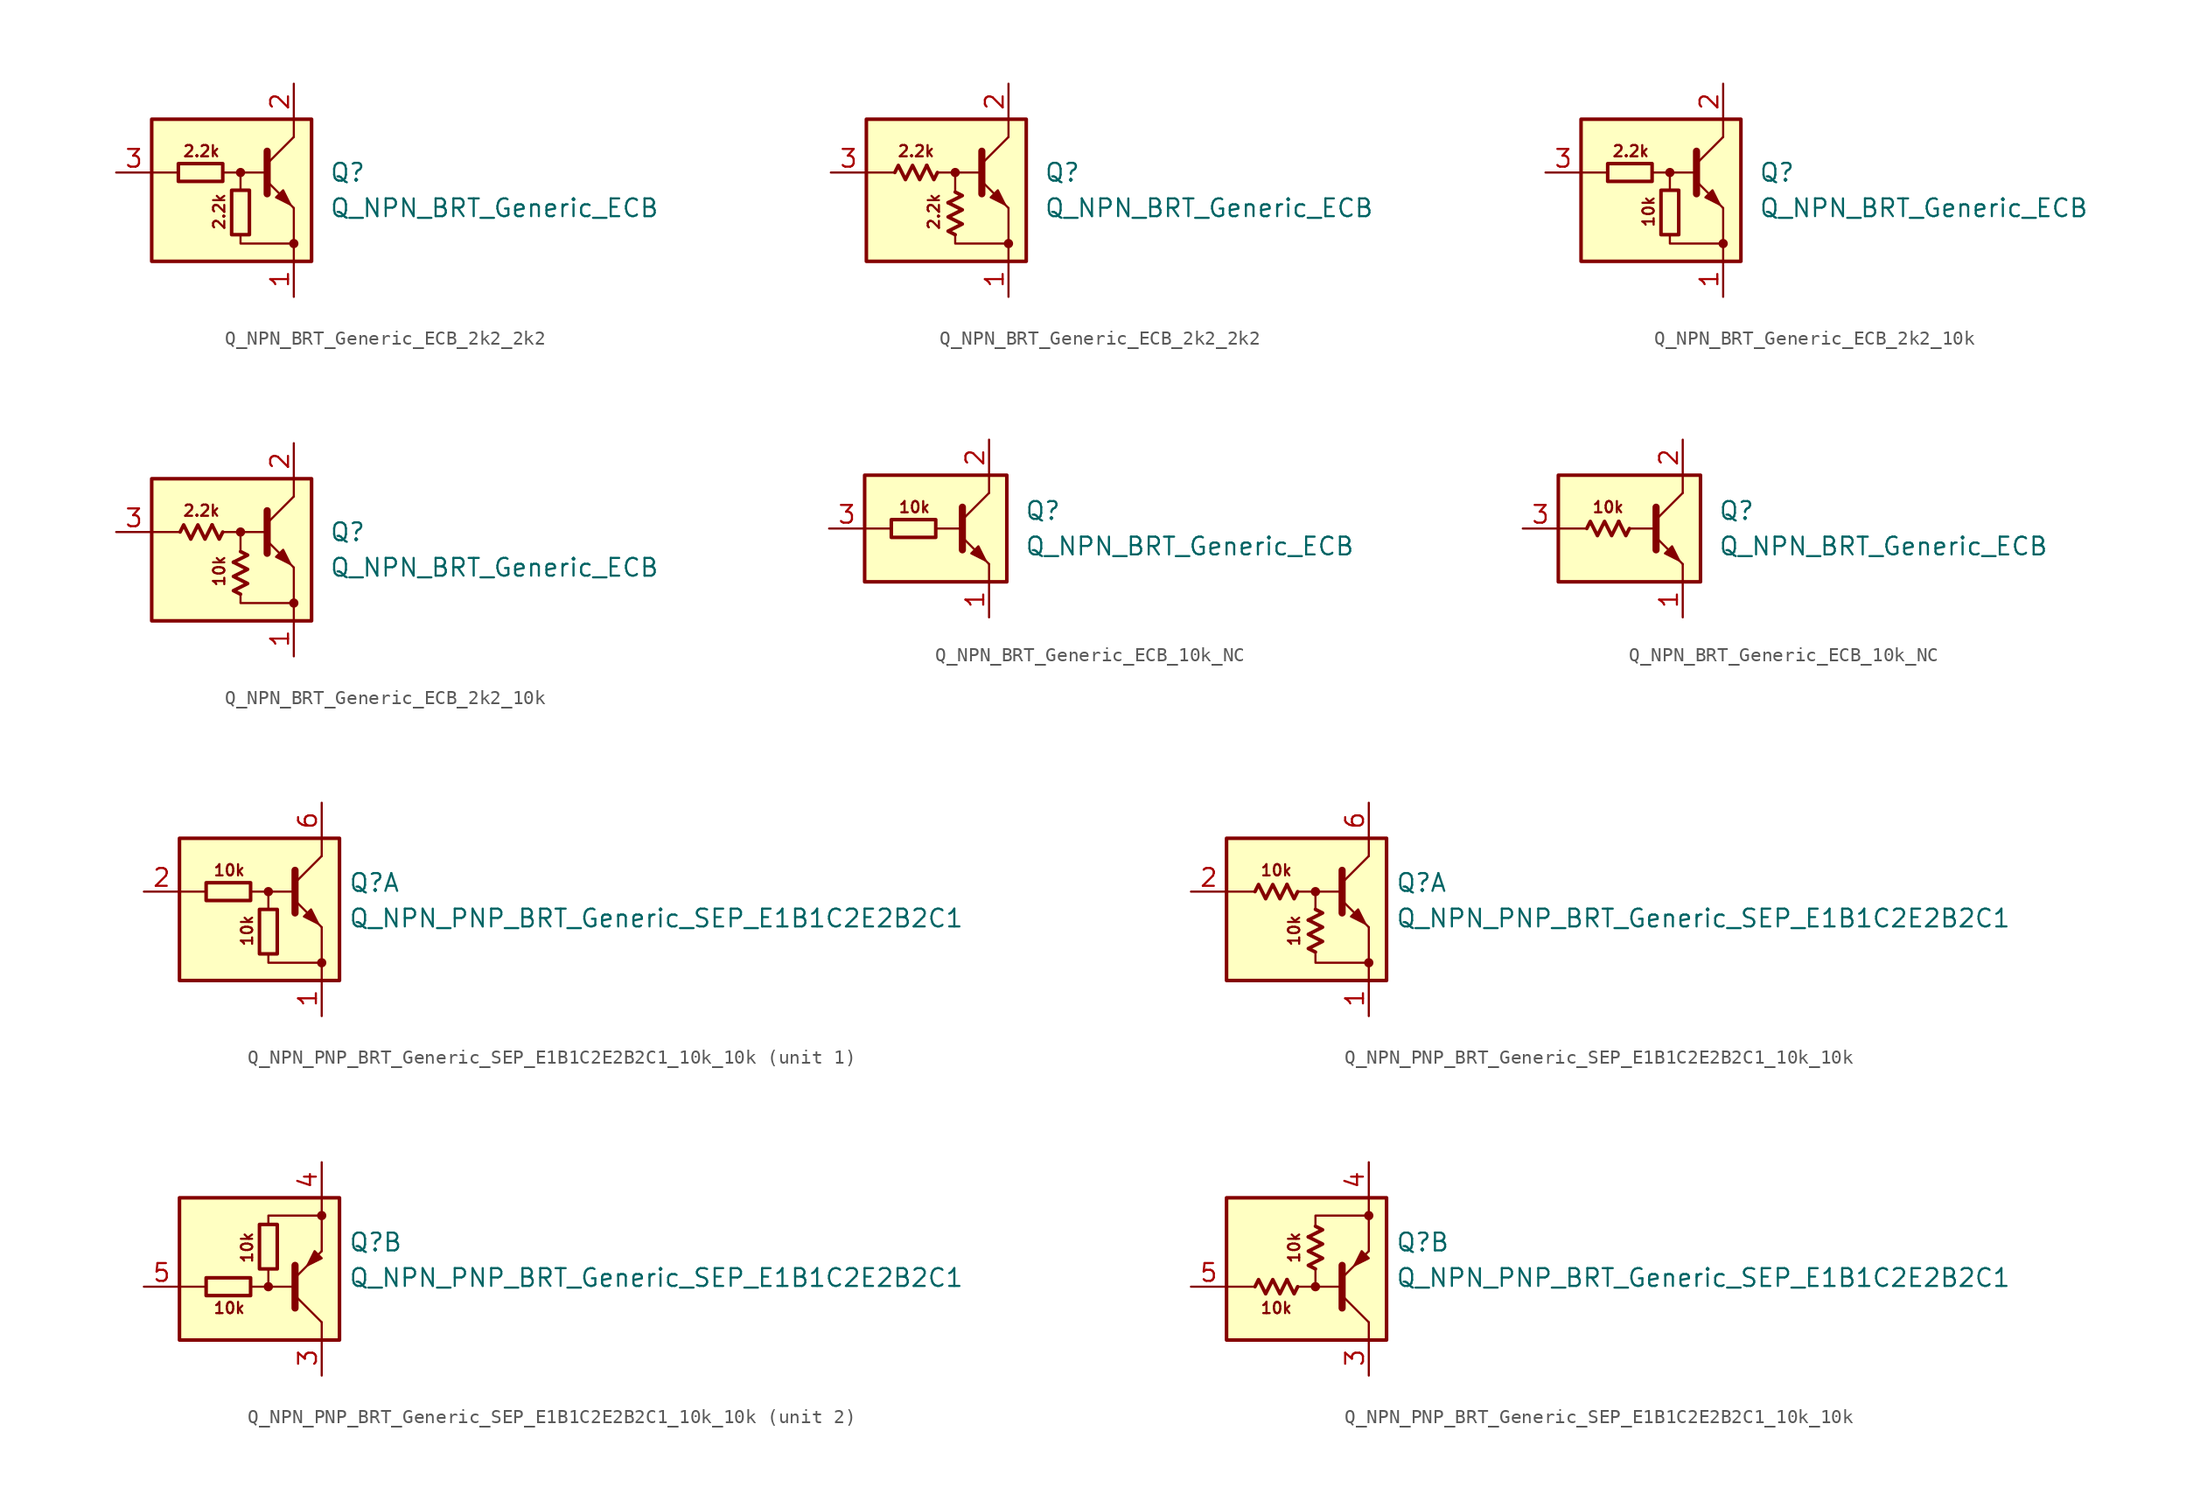
<source format=kicad_sym>
(kicad_symbol_lib
  (version 20220914)
  (generator kicad_symbol_editor)
  (symbol "Q_NPN_BRT_Generic_ECB_2k2_2k2"
    (pin_names hide)
    (property "Reference" "Q"
      (at 6.35 1.27 0)
      (effects (font (size 1.27 1.27)) (justify left)))
    (property "Value" "Q_NPN_BRT_Generic_ECB"
      (at 6.35 -1.27 0)
      (effects (font (size 1.27 1.27)) (justify left)))
    (symbol "Q_NPN_BRT_Generic_ECB_2k2_2k2_0_1"
      (rectangle (start -4.445 1.905) (end -1.27 0.635) (stroke (width 0.254) (type default)) (fill (type none)))
      (rectangle (start -0.635 0) (end 0.635 -3.175) (stroke (width 0.254) (type default)) (fill (type none))))
    (symbol "Q_NPN_BRT_Generic_ECB_2k2_2k2_0_2"
      (polyline (pts (xy -2.032 1.778) (xy -1.524 0.762) (xy -1.27 1.27)) (stroke (width 0.254) (type default)) (fill (type none)))
      (polyline (pts (xy -0.508 -0.889) (xy 0.508 -0.381) (xy 0 -0.127)) (stroke (width 0.254) (type default)) (fill (type none)))
      (polyline (pts (xy -4.318 1.27) (xy -4.064 1.778) (xy -3.556 0.762) (xy -3.048 1.778) (xy -2.54 0.762) (xy -2.032 1.778)) (stroke (width 0.254) (type default)) (fill (type none)))
      (polyline (pts (xy 0 -3.175) (xy -0.508 -2.921) (xy 0.508 -2.413) (xy -0.508 -1.905) (xy 0.508 -1.397) (xy -0.508 -0.889)) (stroke (width 0.254) (type default)) (fill (type none))))
    (symbol "Q_NPN_BRT_Generic_ECB_2k2_2k2_1_0"
      (rectangle (start -6.35 5.08) (end 5.08 -5.08) (stroke (width 0.254) (type default)) (fill (type background)))
      (polyline (pts (xy -4.445 1.27) (xy -6.35 1.27)) (stroke (width 0) (type default)) (fill (type none)))
      (polyline (pts (xy -0.254 1.27) (xy 1.905 1.27)) (stroke (width 0) (type default)) (fill (type none)))
      (polyline (pts (xy 1.905 1.905) (xy 3.81 3.81)) (stroke (width 0) (type default)) (fill (type none)))
      (polyline (pts (xy 1.905 2.794) (xy 1.905 -0.254)) (stroke (width 0.508) (type default)) (fill (type none)))
      (polyline (pts (xy 3.81 -3.81) (xy 3.81 -5.08)) (stroke (width 0) (type default)) (fill (type none)))
      (polyline (pts (xy 3.81 -3.81) (xy 3.81 -1.27)) (stroke (width 0) (type default)) (fill (type none)))
      (polyline (pts (xy 3.81 3.81) (xy 3.81 5.08)) (stroke (width 0) (type default)) (fill (type none)))
      (polyline (pts (xy -1.27 1.27) (xy 0 1.27) (xy 0 0)) (stroke (width 0) (type default)) (fill (type none)))
      (polyline (pts (xy 0 -3.175) (xy 0 -3.81) (xy 3.81 -3.81)) (stroke (width 0) (type default)) (fill (type none)))
      (polyline (pts (xy 1.905 0.635) (xy 3.81 -1.27) (xy 3.81 -1.27)) (stroke (width 0) (type default)) (fill (type none)))
      (polyline (pts (xy 2.54 -0.508) (xy 3.048 0) (xy 3.556 -1.016) (xy 2.54 -0.508) (xy 2.54 -0.508)) (stroke (width 0) (type default)) (fill (type outline)))
      (circle (center 0 1.27) (radius 0.254) (stroke (width 0) (type default)) (fill (type outline)))
      (circle (center 3.81 -3.81) (radius 0.254) (stroke (width 0) (type default)) (fill (type outline)))
      (text "2.2k" (at -2.794 2.794 0) (effects (font (size 0.8 0.8))))
      (text "2.2k" (at -1.524 -1.524 900) (effects (font (size 0.8 0.8)))))
    (symbol "Q_NPN_BRT_Generic_ECB_2k2_2k2_1_1"
      (pin passive line (at 3.81 -7.62 90) (length 2.54) (name "E" (effects (font (size 1.27 1.27)))) (number "1" (effects (font (size 1.27 1.27)))))
      (pin passive line (at 3.81 7.62 270) (length 2.54) (name "C" (effects (font (size 1.27 1.27)))) (number "2" (effects (font (size 1.27 1.27)))))
      (pin input line (at -8.89 1.27 0) (length 2.54) (name "B" (effects (font (size 1.27 1.27)))) (number "3" (effects (font (size 1.27 1.27))))))
    (symbol "Q_NPN_BRT_Generic_ECB_2k2_2k2_1_2"
      (pin passive line (at 3.81 -7.62 90) (length 2.54) (name "E" (effects (font (size 1.27 1.27)))) (number "1" (effects (font (size 1.27 1.27)))))
      (pin passive line (at 3.81 7.62 270) (length 2.54) (name "C" (effects (font (size 1.27 1.27)))) (number "2" (effects (font (size 1.27 1.27)))))
      (pin input line (at -8.89 1.27 0) (length 2.54) (name "B" (effects (font (size 1.27 1.27)))) (number "3" (effects (font (size 1.27 1.27)))))))
  (symbol "Q_NPN_BRT_Generic_ECB_2k2_10k"
    (pin_names hide)
    (property "Reference" "Q"
      (at 6.35 1.27 0)
      (effects (font (size 1.27 1.27)) (justify left)))
    (property "Value" "Q_NPN_BRT_Generic_ECB"
      (at 6.35 -1.27 0)
      (effects (font (size 1.27 1.27)) (justify left)))
    (symbol "Q_NPN_BRT_Generic_ECB_2k2_10k_0_1"
      (rectangle (start -4.445 1.905) (end -1.27 0.635) (stroke (width 0.254) (type default)) (fill (type none)))
      (rectangle (start -0.635 0) (end 0.635 -3.175) (stroke (width 0.254) (type default)) (fill (type none))))
    (symbol "Q_NPN_BRT_Generic_ECB_2k2_10k_0_2"
      (polyline (pts (xy -2.032 1.778) (xy -1.524 0.762) (xy -1.27 1.27)) (stroke (width 0.254) (type default)) (fill (type none)))
      (polyline (pts (xy -0.508 -0.889) (xy 0.508 -0.381) (xy 0 -0.127)) (stroke (width 0.254) (type default)) (fill (type none)))
      (polyline (pts (xy -4.318 1.27) (xy -4.064 1.778) (xy -3.556 0.762) (xy -3.048 1.778) (xy -2.54 0.762) (xy -2.032 1.778)) (stroke (width 0.254) (type default)) (fill (type none)))
      (polyline (pts (xy 0 -3.175) (xy -0.508 -2.921) (xy 0.508 -2.413) (xy -0.508 -1.905) (xy 0.508 -1.397) (xy -0.508 -0.889)) (stroke (width 0.254) (type default)) (fill (type none))))
    (symbol "Q_NPN_BRT_Generic_ECB_2k2_10k_1_0"
      (rectangle (start -6.35 5.08) (end 5.08 -5.08) (stroke (width 0.254) (type default)) (fill (type background)))
      (polyline (pts (xy -4.445 1.27) (xy -6.35 1.27)) (stroke (width 0) (type default)) (fill (type none)))
      (polyline (pts (xy -0.254 1.27) (xy 1.905 1.27)) (stroke (width 0) (type default)) (fill (type none)))
      (polyline (pts (xy 1.905 1.905) (xy 3.81 3.81)) (stroke (width 0) (type default)) (fill (type none)))
      (polyline (pts (xy 1.905 2.794) (xy 1.905 -0.254)) (stroke (width 0.508) (type default)) (fill (type none)))
      (polyline (pts (xy 3.81 -3.81) (xy 3.81 -5.08)) (stroke (width 0) (type default)) (fill (type none)))
      (polyline (pts (xy 3.81 -3.81) (xy 3.81 -1.27)) (stroke (width 0) (type default)) (fill (type none)))
      (polyline (pts (xy 3.81 3.81) (xy 3.81 5.08)) (stroke (width 0) (type default)) (fill (type none)))
      (polyline (pts (xy -1.27 1.27) (xy 0 1.27) (xy 0 0)) (stroke (width 0) (type default)) (fill (type none)))
      (polyline (pts (xy 0 -3.175) (xy 0 -3.81) (xy 3.81 -3.81)) (stroke (width 0) (type default)) (fill (type none)))
      (polyline (pts (xy 1.905 0.635) (xy 3.81 -1.27) (xy 3.81 -1.27)) (stroke (width 0) (type default)) (fill (type none)))
      (polyline (pts (xy 2.54 -0.508) (xy 3.048 0) (xy 3.556 -1.016) (xy 2.54 -0.508) (xy 2.54 -0.508)) (stroke (width 0) (type default)) (fill (type outline)))
      (circle (center 0 1.27) (radius 0.254) (stroke (width 0) (type default)) (fill (type outline)))
      (circle (center 3.81 -3.81) (radius 0.254) (stroke (width 0) (type default)) (fill (type outline)))
      (text "10k" (at -1.524 -1.524 900) (effects (font (size 0.8 0.8))))
      (text "2.2k" (at -2.794 2.794 0) (effects (font (size 0.8 0.8)))))
    (symbol "Q_NPN_BRT_Generic_ECB_2k2_10k_1_1"
      (pin passive line (at 3.81 -7.62 90) (length 2.54) (name "E" (effects (font (size 1.27 1.27)))) (number "1" (effects (font (size 1.27 1.27)))))
      (pin passive line (at 3.81 7.62 270) (length 2.54) (name "C" (effects (font (size 1.27 1.27)))) (number "2" (effects (font (size 1.27 1.27)))))
      (pin input line (at -8.89 1.27 0) (length 2.54) (name "B" (effects (font (size 1.27 1.27)))) (number "3" (effects (font (size 1.27 1.27))))))
    (symbol "Q_NPN_BRT_Generic_ECB_2k2_10k_1_2"
      (pin passive line (at 3.81 -7.62 90) (length 2.54) (name "E" (effects (font (size 1.27 1.27)))) (number "1" (effects (font (size 1.27 1.27)))))
      (pin passive line (at 3.81 7.62 270) (length 2.54) (name "C" (effects (font (size 1.27 1.27)))) (number "2" (effects (font (size 1.27 1.27)))))
      (pin input line (at -8.89 1.27 0) (length 2.54) (name "B" (effects (font (size 1.27 1.27)))) (number "3" (effects (font (size 1.27 1.27)))))))
  (symbol "Q_NPN_BRT_Generic_ECB_10k_NC"
    (pin_names hide)
    (property "Reference" "Q"
      (at 6.35 1.27 0)
      (effects (font (size 1.27 1.27)) (justify left)))
    (property "Value" "Q_NPN_BRT_Generic_ECB"
      (at 6.35 -1.27 0)
      (effects (font (size 1.27 1.27)) (justify left)))
    (symbol "Q_NPN_BRT_Generic_ECB_10k_NC_0_1"
      (rectangle (start -3.175 0.635) (end 0 -0.635) (stroke (width 0.254) (type default)) (fill (type none))))
    (symbol "Q_NPN_BRT_Generic_ECB_10k_NC_0_2"
      (polyline (pts (xy -0.762 0.508) (xy -0.254 -0.508) (xy 0 0)) (stroke (width 0.254) (type default)) (fill (type none)))
      (polyline (pts (xy -3.048 0) (xy -2.794 0.508) (xy -2.286 -0.508) (xy -1.778 0.508) (xy -1.27 -0.508) (xy -0.762 0.508)) (stroke (width 0.254) (type default)) (fill (type none))))
    (symbol "Q_NPN_BRT_Generic_ECB_10k_NC_1_0"
      (rectangle (start -5.08 3.81) (end 5.08 -3.81) (stroke (width 0.254) (type default)) (fill (type background)))
      (polyline (pts (xy -3.175 0) (xy -5.08 0)) (stroke (width 0) (type default)) (fill (type none)))
      (polyline (pts (xy 0 0) (xy 1.905 0)) (stroke (width 0) (type default)) (fill (type none)))
      (polyline (pts (xy 1.905 0.635) (xy 3.81 2.54)) (stroke (width 0) (type default)) (fill (type none)))
      (polyline (pts (xy 1.905 1.524) (xy 1.905 -1.524)) (stroke (width 0.508) (type default)) (fill (type none)))
      (polyline (pts (xy 3.81 -2.54) (xy 3.81 -3.81)) (stroke (width 0) (type default)) (fill (type none)))
      (polyline (pts (xy 3.81 2.54) (xy 3.81 3.81)) (stroke (width 0) (type default)) (fill (type none)))
      (polyline (pts (xy 1.905 -0.635) (xy 3.81 -2.54) (xy 3.81 -2.54)) (stroke (width 0) (type default)) (fill (type none)))
      (polyline (pts (xy 2.54 -1.778) (xy 3.048 -1.27) (xy 3.556 -2.286) (xy 2.54 -1.778) (xy 2.54 -1.778)) (stroke (width 0) (type default)) (fill (type outline)))
      (text "10k" (at -1.524 1.524 0) (effects (font (size 0.8 0.8)))))
    (symbol "Q_NPN_BRT_Generic_ECB_10k_NC_1_1"
      (pin passive line (at 3.81 -6.35 90) (length 2.54) (name "E" (effects (font (size 1.27 1.27)))) (number "1" (effects (font (size 1.27 1.27)))))
      (pin passive line (at 3.81 6.35 270) (length 2.54) (name "C" (effects (font (size 1.27 1.27)))) (number "2" (effects (font (size 1.27 1.27)))))
      (pin input line (at -7.62 0 0) (length 2.54) (name "B" (effects (font (size 1.27 1.27)))) (number "3" (effects (font (size 1.27 1.27))))))
    (symbol "Q_NPN_BRT_Generic_ECB_10k_NC_1_2"
      (pin passive line (at 3.81 -6.35 90) (length 2.54) (name "E" (effects (font (size 1.27 1.27)))) (number "1" (effects (font (size 1.27 1.27)))))
      (pin passive line (at 3.81 6.35 270) (length 2.54) (name "C" (effects (font (size 1.27 1.27)))) (number "2" (effects (font (size 1.27 1.27)))))
      (pin input line (at -7.62 0 0) (length 2.54) (name "B" (effects (font (size 1.27 1.27)))) (number "3" (effects (font (size 1.27 1.27)))))))
  (symbol "Q_NPN_PNP_BRT_Generic_SEP_E1B1C2E2B2C1_10k_10k"
    (pin_names
      (offset 1.016) hide)
    (property "Reference" "Q"
      (at 5.715 1.905 0)
      (effects (font (size 1.27 1.27)) (justify left)))
    (property "Value" "Q_NPN_PNP_BRT_Generic_SEP_E1B1C2E2B2C1"
      (at 5.715 -0.635 0)
      (effects (font (size 1.27 1.27)) (justify left)))
    (property "ki_locked" ""
      (at 0 0 0)
      (effects (font (size 1.27 1.27))))
    (symbol "Q_NPN_PNP_BRT_Generic_SEP_E1B1C2E2B2C1_10k_10k_1_0"
      (rectangle (start -6.35 5.08) (end 5.08 -5.08) (stroke (width 0.254) (type default)) (fill (type background)))
      (polyline (pts (xy -4.445 1.27) (xy -6.35 1.27)) (stroke (width 0) (type default)) (fill (type none)))
      (polyline (pts (xy -0.254 1.27) (xy 1.905 1.27)) (stroke (width 0) (type default)) (fill (type none)))
      (polyline (pts (xy 1.905 1.905) (xy 3.81 3.81)) (stroke (width 0) (type default)) (fill (type none)))
      (polyline (pts (xy 1.905 2.794) (xy 1.905 -0.254)) (stroke (width 0.508) (type default)) (fill (type none)))
      (polyline (pts (xy 3.81 -3.81) (xy 3.81 -5.08)) (stroke (width 0) (type default)) (fill (type none)))
      (polyline (pts (xy 3.81 -3.81) (xy 3.81 -1.27)) (stroke (width 0) (type default)) (fill (type none)))
      (polyline (pts (xy 3.81 3.81) (xy 3.81 5.08)) (stroke (width 0) (type default)) (fill (type none)))
      (polyline (pts (xy -1.27 1.27) (xy 0 1.27) (xy 0 0)) (stroke (width 0) (type default)) (fill (type none)))
      (polyline (pts (xy 0 -3.175) (xy 0 -3.81) (xy 3.81 -3.81)) (stroke (width 0) (type default)) (fill (type none)))
      (polyline (pts (xy 1.905 0.635) (xy 3.81 -1.27) (xy 3.81 -1.27)) (stroke (width 0) (type default)) (fill (type none)))
      (polyline (pts (xy 2.54 -0.508) (xy 3.048 0) (xy 3.556 -1.016) (xy 2.54 -0.508) (xy 2.54 -0.508)) (stroke (width 0) (type default)) (fill (type outline)))
      (circle (center 0 1.27) (radius 0.254) (stroke (width 0) (type default)) (fill (type outline)))
      (circle (center 3.81 -3.81) (radius 0.254) (stroke (width 0) (type default)) (fill (type outline)))
      (text "10k" (at -2.794 2.794 0) (effects (font (size 0.8 0.8))))
      (text "10k" (at -1.524 -1.524 900) (effects (font (size 0.8 0.8)))))
    (symbol "Q_NPN_PNP_BRT_Generic_SEP_E1B1C2E2B2C1_10k_10k_1_1"
      (rectangle (start -4.445 1.905) (end -1.27 0.635) (stroke (width 0.254) (type default)) (fill (type none)))
      (rectangle (start -0.635 0) (end 0.635 -3.175) (stroke (width 0.254) (type default)) (fill (type none)))
      (pin passive line (at 3.81 -7.62 90) (length 2.54) (name "E1" (effects (font (size 1.27 1.27)))) (number "1" (effects (font (size 1.27 1.27)))))
      (pin input line (at -8.89 1.27 0) (length 2.54) (name "B1" (effects (font (size 1.27 1.27)))) (number "2" (effects (font (size 1.27 1.27)))))
      (pin passive line (at 3.81 7.62 270) (length 2.54) (name "C1" (effects (font (size 1.27 1.27)))) (number "6" (effects (font (size 1.27 1.27))))))
    (symbol "Q_NPN_PNP_BRT_Generic_SEP_E1B1C2E2B2C1_10k_10k_1_2"
      (polyline (pts (xy -2.032 1.778) (xy -1.524 0.762) (xy -1.27 1.27)) (stroke (width 0.254) (type default)) (fill (type none)))
      (polyline (pts (xy -0.508 -0.762) (xy 0.508 -0.254) (xy 0 0)) (stroke (width 0.254) (type default)) (fill (type none)))
      (polyline (pts (xy -4.318 1.27) (xy -4.064 1.778) (xy -3.556 0.762) (xy -3.048 1.778) (xy -2.54 0.762) (xy -2.032 1.778)) (stroke (width 0.254) (type default)) (fill (type none)))
      (polyline (pts (xy 0 -3.048) (xy -0.508 -2.794) (xy 0.508 -2.286) (xy -0.508 -1.778) (xy 0.508 -1.27) (xy -0.508 -0.762)) (stroke (width 0.254) (type default)) (fill (type none)))
      (pin passive line (at 3.81 -7.62 90) (length 2.54) (name "E1" (effects (font (size 1.27 1.27)))) (number "1" (effects (font (size 1.27 1.27)))))
      (pin input line (at -8.89 1.27 0) (length 2.54) (name "B1" (effects (font (size 1.27 1.27)))) (number "2" (effects (font (size 1.27 1.27)))))
      (pin passive line (at 3.81 7.62 270) (length 2.54) (name "C1" (effects (font (size 1.27 1.27)))) (number "6" (effects (font (size 1.27 1.27))))))
    (symbol "Q_NPN_PNP_BRT_Generic_SEP_E1B1C2E2B2C1_10k_10k_2_0"
      (rectangle (start -6.35 5.08) (end 5.08 -5.08) (stroke (width 0.254) (type default)) (fill (type background)))
      (circle (center 0 -1.27) (radius 0.254) (stroke (width 0) (type default)) (fill (type outline)))
      (polyline (pts (xy -4.445 -1.27) (xy -6.35 -1.27)) (stroke (width 0) (type default)) (fill (type none)))
      (polyline (pts (xy -0.254 -1.27) (xy 1.905 -1.27)) (stroke (width 0) (type default)) (fill (type none)))
      (polyline (pts (xy 1.905 -2.794) (xy 1.905 0.254)) (stroke (width 0.508) (type default)) (fill (type none)))
      (polyline (pts (xy 1.905 -1.905) (xy 3.81 -3.81)) (stroke (width 0) (type default)) (fill (type none)))
      (polyline (pts (xy 3.81 -3.81) (xy 3.81 -5.08)) (stroke (width 0) (type default)) (fill (type none)))
      (polyline (pts (xy 3.81 3.81) (xy 3.81 1.27)) (stroke (width 0) (type default)) (fill (type none)))
      (polyline (pts (xy 3.81 3.81) (xy 3.81 5.08)) (stroke (width 0) (type default)) (fill (type none)))
      (polyline (pts (xy -1.27 -1.27) (xy 0 -1.27) (xy 0 0)) (stroke (width 0) (type default)) (fill (type none)))
      (polyline (pts (xy 0 3.175) (xy 0 3.81) (xy 3.81 3.81)) (stroke (width 0) (type default)) (fill (type none)))
      (polyline (pts (xy 1.905 -0.635) (xy 3.81 1.27) (xy 3.81 1.27)) (stroke (width 0) (type default)) (fill (type none)))
      (polyline (pts (xy 3.81 0.762) (xy 3.302 1.27) (xy 2.794 0.254) (xy 3.81 0.762) (xy 3.81 0.762)) (stroke (width 0) (type default)) (fill (type outline)))
      (circle (center 3.81 3.81) (radius 0.254) (stroke (width 0) (type default)) (fill (type outline)))
      (text "10k" (at -2.794 -2.794 0) (effects (font (size 0.8 0.8))))
      (text "10k" (at -1.524 1.524 900) (effects (font (size 0.8 0.8)))))
    (symbol "Q_NPN_PNP_BRT_Generic_SEP_E1B1C2E2B2C1_10k_10k_2_1"
      (rectangle (start -1.27 -0.635) (end -4.445 -1.905) (stroke (width 0.254) (type default)) (fill (type none)))
      (rectangle (start 0.635 3.175) (end -0.635 0) (stroke (width 0.254) (type default)) (fill (type none)))
      (pin passive line (at 3.81 -7.62 90) (length 2.54) (name "C2" (effects (font (size 1.27 1.27)))) (number "3" (effects (font (size 1.27 1.27)))))
      (pin passive line (at 3.81 7.62 270) (length 2.54) (name "E2" (effects (font (size 1.27 1.27)))) (number "4" (effects (font (size 1.27 1.27)))))
      (pin input line (at -8.89 -1.27 0) (length 2.54) (name "B2" (effects (font (size 1.27 1.27)))) (number "5" (effects (font (size 1.27 1.27))))))
    (symbol "Q_NPN_PNP_BRT_Generic_SEP_E1B1C2E2B2C1_10k_10k_2_2"
      (polyline (pts (xy -2.032 -0.762) (xy -1.524 -1.778) (xy -1.27 -1.27)) (stroke (width 0.254) (type default)) (fill (type none)))
      (polyline (pts (xy -0.508 2.286) (xy 0.508 2.794) (xy 0 3.048)) (stroke (width 0.254) (type default)) (fill (type none)))
      (polyline (pts (xy -4.318 -1.27) (xy -4.064 -0.762) (xy -3.556 -1.778) (xy -3.048 -0.762) (xy -2.54 -1.778) (xy -2.032 -0.762)) (stroke (width 0.254) (type default)) (fill (type none)))
      (polyline (pts (xy 0 0) (xy -0.508 0.254) (xy 0.508 0.762) (xy -0.508 1.27) (xy 0.508 1.778) (xy -0.508 2.286)) (stroke (width 0.254) (type default)) (fill (type none)))
      (pin passive line (at 3.81 -7.62 90) (length 2.54) (name "C2" (effects (font (size 1.27 1.27)))) (number "3" (effects (font (size 1.27 1.27)))))
      (pin passive line (at 3.81 7.62 270) (length 2.54) (name "E2" (effects (font (size 1.27 1.27)))) (number "4" (effects (font (size 1.27 1.27)))))
      (pin input line (at -8.89 -1.27 0) (length 2.54) (name "B2" (effects (font (size 1.27 1.27)))) (number "5" (effects (font (size 1.27 1.27))))))))
</source>
